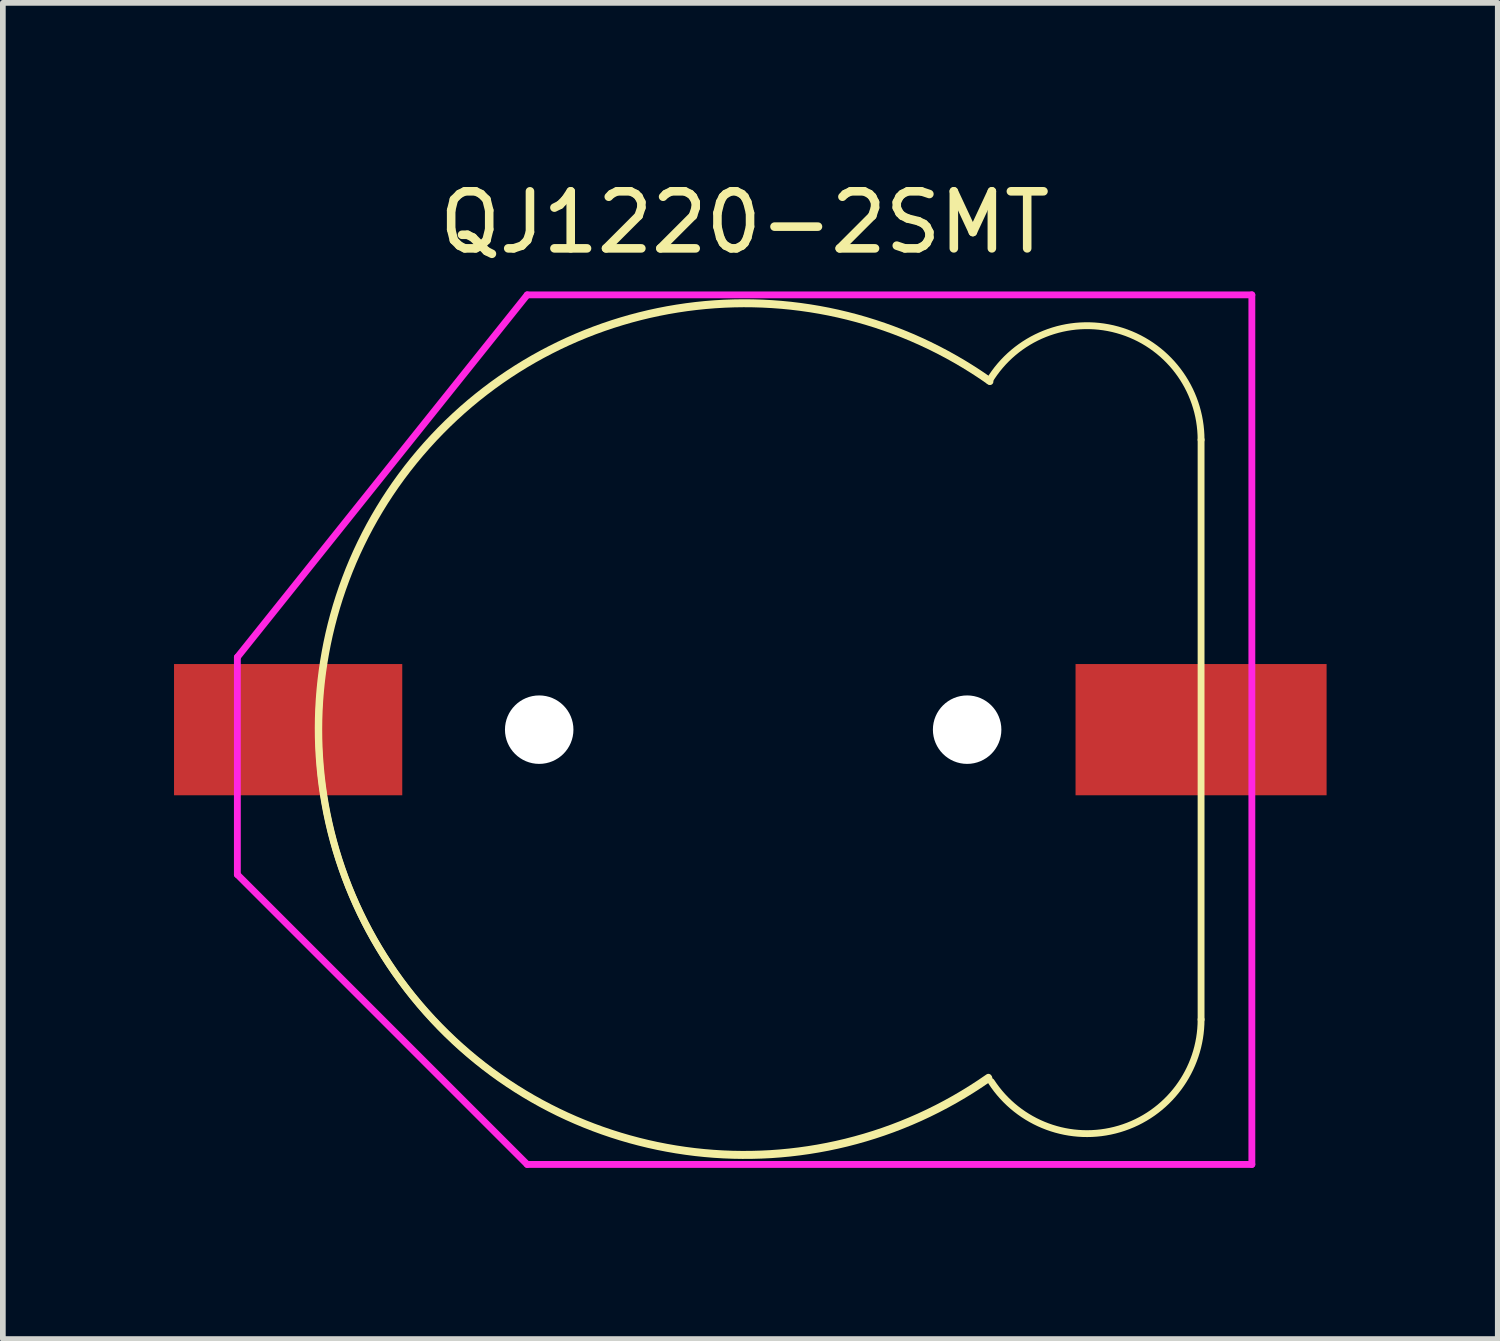
<source format=kicad_pcb>
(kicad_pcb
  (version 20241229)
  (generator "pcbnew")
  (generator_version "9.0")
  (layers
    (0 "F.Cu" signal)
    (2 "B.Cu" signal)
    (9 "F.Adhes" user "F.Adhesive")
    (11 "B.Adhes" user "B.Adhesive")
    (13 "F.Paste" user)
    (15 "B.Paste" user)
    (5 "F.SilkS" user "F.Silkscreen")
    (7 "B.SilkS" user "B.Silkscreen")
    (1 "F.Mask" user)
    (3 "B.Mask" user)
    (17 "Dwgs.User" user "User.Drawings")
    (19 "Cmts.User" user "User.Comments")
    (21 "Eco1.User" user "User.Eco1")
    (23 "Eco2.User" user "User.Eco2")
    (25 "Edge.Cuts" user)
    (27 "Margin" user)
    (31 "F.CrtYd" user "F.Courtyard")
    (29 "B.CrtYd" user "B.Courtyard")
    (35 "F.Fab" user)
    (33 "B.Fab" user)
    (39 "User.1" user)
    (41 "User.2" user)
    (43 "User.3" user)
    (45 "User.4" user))
  (footprint "QJ1220-2SMT"
    (layer "F.Cu")
    (at 10 9.738)
    (property "Reference" "QJ1220-2SMT" (at 0 -8.89 0) (layer "F.SilkS") (effects (font (size 1 1) (thickness 0.15))))
    (attr smd)
    (fp_line (start 8 5.08) (end 8 -5.08) (stroke (width 0.12) (type solid)) (layer "F.SilkS"))
    (fp_arc (start 4.2728 6.092089) (mid -7.473236 -0.030512) (end 4.29 -6.12) (stroke (width 0.12) (type solid)) (layer "F.SilkS"))
    (fp_arc (start 4.2828 6.112089) (mid -7.463236 -0.010512) (end 4.3 -6.1) (stroke (width 0.12) (type solid)) (layer "F.SilkS"))
    (fp_arc (start 4.285665 -6.110076) (mid 6.534477 -7.007261) (end 8 -5.08) (stroke (width 0.12) (type solid)) (layer "F.SilkS"))
    (fp_arc (start 8 5.08) (mid 6.568031 6.997639) (end 4.322659 6.169278) (stroke (width 0.12) (type solid)) (layer "F.SilkS"))
    (fp_line (start -8.89 -1.27) (end -8.89 2.54) (stroke (width 0.12) (type solid)) (layer "F.CrtYd"))
    (fp_line (start -8.89 2.54) (end -3.81 7.62) (stroke (width 0.12) (type solid)) (layer "F.CrtYd"))
    (fp_line (start -3.81 -7.62) (end -8.89 -1.27) (stroke (width 0.12) (type solid)) (layer "F.CrtYd"))
    (fp_line (start -3.81 7.62) (end 8.89 7.62) (stroke (width 0.12) (type solid)) (layer "F.CrtYd"))
    (fp_line (start 8.89 -7.62) (end -3.81 -7.62) (stroke (width 0.12) (type solid)) (layer "F.CrtYd"))
    (fp_line (start 8.89 7.62) (end 8.89 -7.62) (stroke (width 0.12) (type solid)) (layer "F.CrtYd"))
    (pad "" np_thru_hole circle (at -3.6 0) (size 1.2 1.2) (drill 1.2) (layers "*.Cu" "*.Mask"))
    (pad "" np_thru_hole circle (at 3.9 0) (size 1.2 1.2) (drill 1.2) (layers "*.Cu" "*.Mask"))
    (pad "1" smd rect (at 8 0) (size 4.4 2.3) (layers "F.Cu" "F.Mask" "F.Paste"))
    (pad "2" smd rect (at -8 0) (size 4 2.3) (layers "F.Cu" "F.Mask" "F.Paste")))
  (gr_rect
    (start -3 -3)
    (end 23.2 20.418)
    (stroke (width 0.1) (type default))
    (fill no)
    (layer "Edge.Cuts")))
</source>
